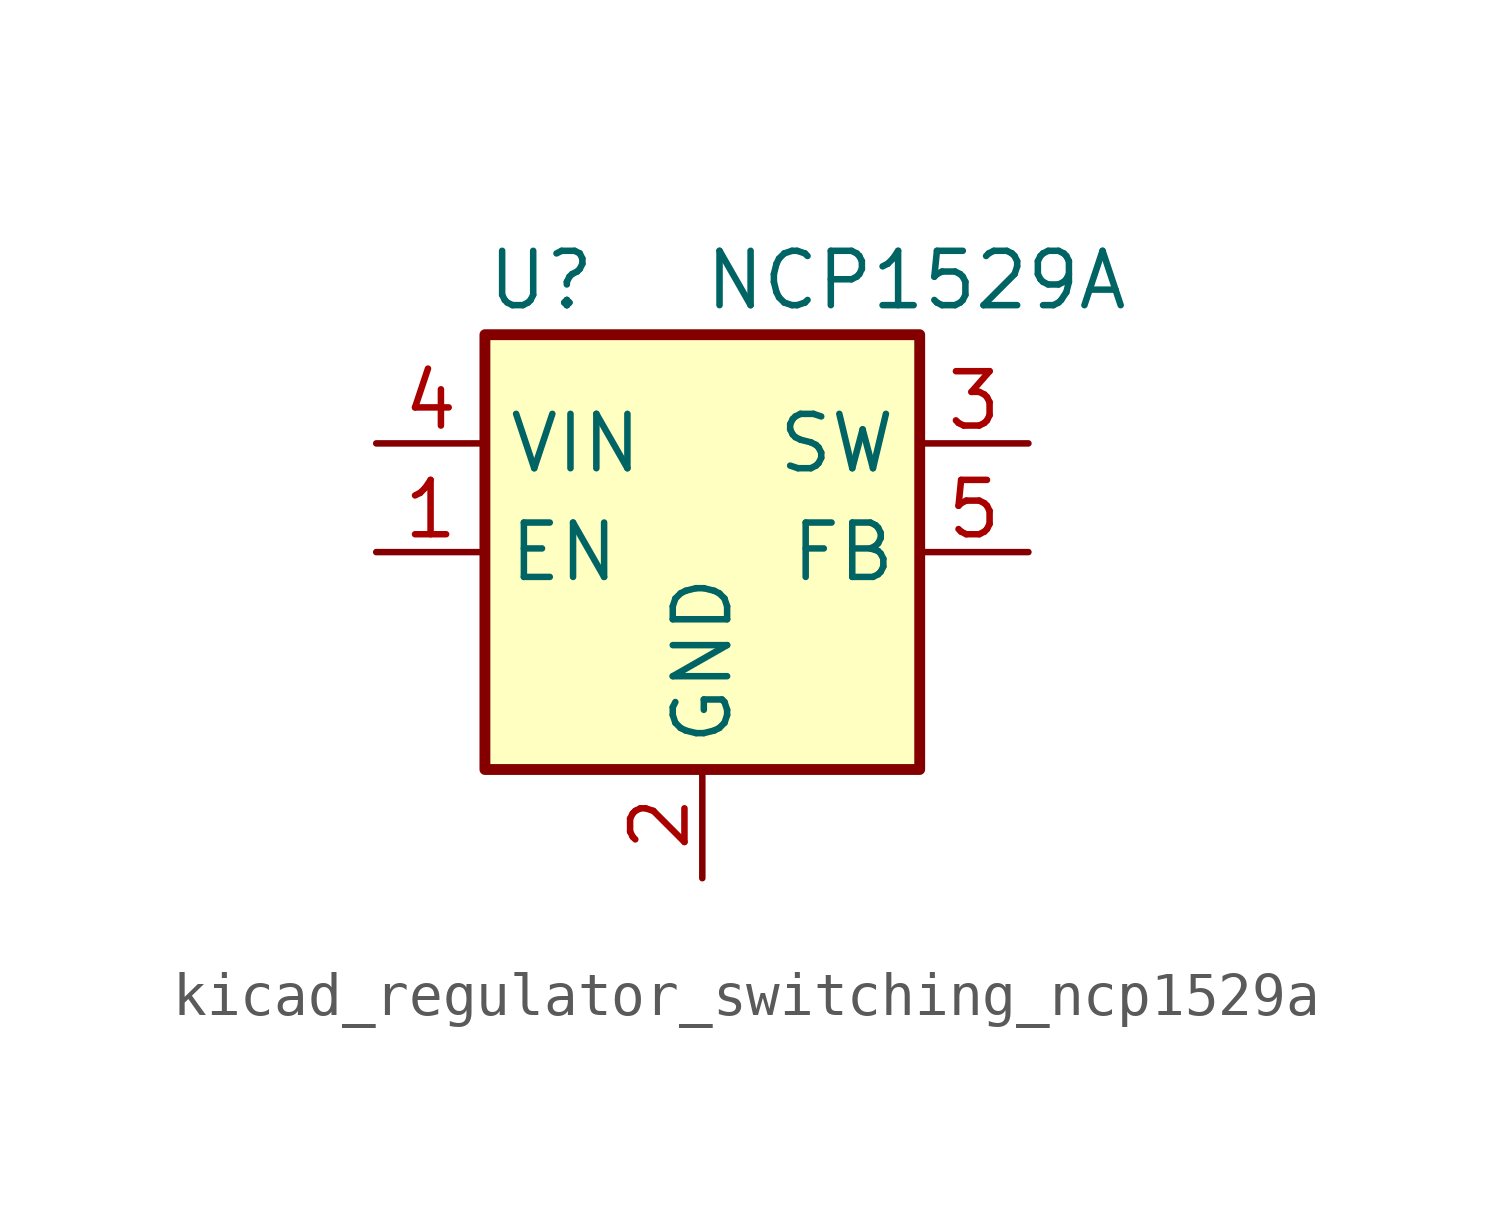
<source format=kicad_sym>
(kicad_symbol_lib
  (version 20220914)
  (generator kicad_symbol_editor)
  (symbol "kicad_regulator_switching_ncp1529a"
    (property "Reference" "U"
      (at -5.08 6.35 0)
      (effects (font (size 1.27 1.27)) (justify left)))
    (property "Value" "NCP1529A"
      (at 0 6.35 0)
      (effects (font (size 1.27 1.27)) (justify left)))
    (symbol "kicad_regulator_switching_ncp1529a_0_1"
      (rectangle (start -5.08 5.08) (end 5.08 -5.08) (stroke (width 0.254) (type default)) (fill (type background))))
    (symbol "kicad_regulator_switching_ncp1529a_1_1"
      (pin input line (at -7.62 0 0) (length 2.54) (name "EN" (effects (font (size 1.27 1.27)))) (number "1" (effects (font (size 1.27 1.27)))))
      (pin power_in line (at 0 -7.62 90) (length 2.54) (name "GND" (effects (font (size 1.27 1.27)))) (number "2" (effects (font (size 1.27 1.27)))))
      (pin power_out line (at 7.62 2.54 180) (length 2.54) (name "SW" (effects (font (size 1.27 1.27)))) (number "3" (effects (font (size 1.27 1.27)))))
      (pin power_in line (at -7.62 2.54 0) (length 2.54) (name "VIN" (effects (font (size 1.27 1.27)))) (number "4" (effects (font (size 1.27 1.27)))))
      (pin input line (at 7.62 0 180) (length 2.54) (name "FB" (effects (font (size 1.27 1.27)))) (number "5" (effects (font (size 1.27 1.27))))))))
</source>
